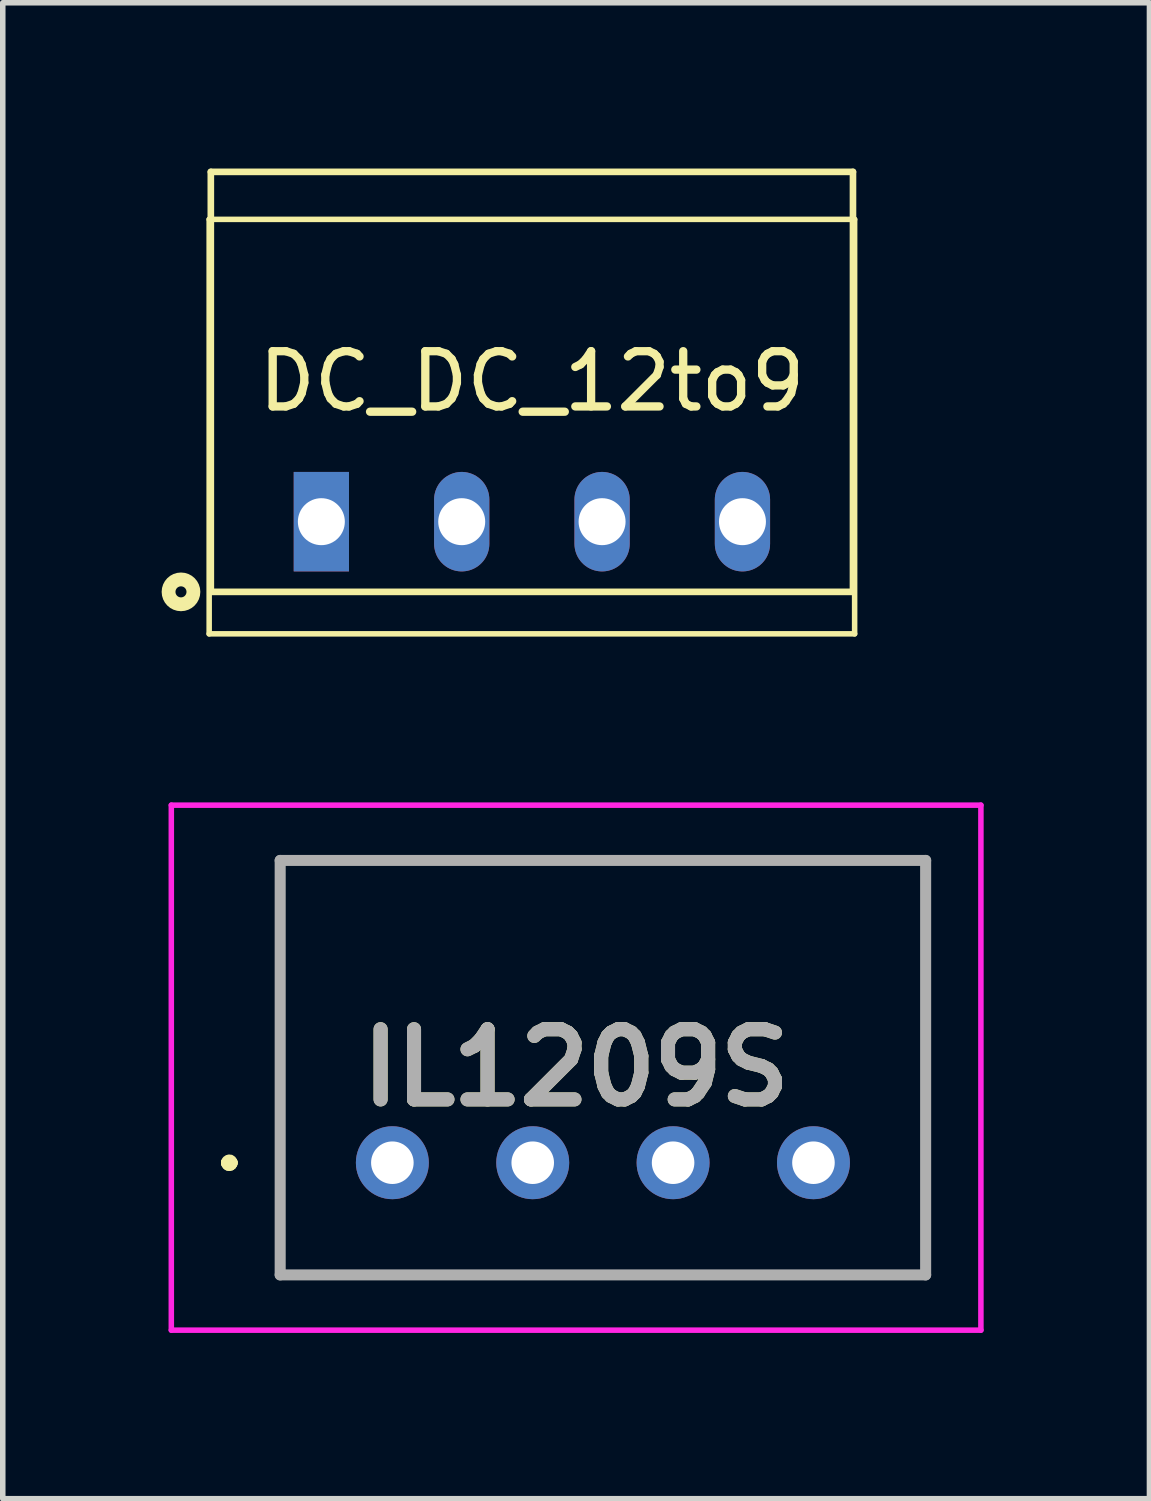
<source format=kicad_pcb>
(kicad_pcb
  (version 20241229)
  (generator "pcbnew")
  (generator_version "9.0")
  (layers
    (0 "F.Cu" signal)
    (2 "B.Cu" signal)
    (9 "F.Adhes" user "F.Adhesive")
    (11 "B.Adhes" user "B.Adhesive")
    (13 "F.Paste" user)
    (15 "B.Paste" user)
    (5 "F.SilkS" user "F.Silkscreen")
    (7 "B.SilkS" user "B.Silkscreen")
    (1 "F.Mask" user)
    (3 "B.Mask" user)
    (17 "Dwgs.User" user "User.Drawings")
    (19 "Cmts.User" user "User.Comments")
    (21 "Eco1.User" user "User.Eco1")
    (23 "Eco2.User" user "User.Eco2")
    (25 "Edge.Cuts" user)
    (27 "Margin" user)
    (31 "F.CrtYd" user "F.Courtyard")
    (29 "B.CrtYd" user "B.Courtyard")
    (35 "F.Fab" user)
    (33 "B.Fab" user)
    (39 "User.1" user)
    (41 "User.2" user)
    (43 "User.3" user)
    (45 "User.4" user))
  (footprint "IL1209S"
    (layer "F.Cu")
    (at 4.05 17.99)
    (property "Reference" "IL1209S" (at 3.325 -1.72 0) (layer "F.SilkS") (effects (font (size 1.27 1.27) (thickness 0.254))))
    (attr through_hole)
    (fp_line (start -3 0) (end -3 0) (stroke (width 0.2) (type solid)) (layer "F.SilkS"))
    (fp_line (start -3 0) (end -3 0) (stroke (width 0.2) (type solid)) (layer "F.SilkS"))
    (fp_line (start -2.9 0) (end -2.9 0) (stroke (width 0.2) (type solid)) (layer "F.SilkS"))
    (fp_line (start -2.03 -5.47) (end 9.65 -5.47) (stroke (width 0.1) (type solid)) (layer "F.SilkS"))
    (fp_line (start -2.03 2.03) (end -2.03 -5.47) (stroke (width 0.1) (type solid)) (layer "F.SilkS"))
    (fp_line (start 9.65 -5.47) (end 9.65 2.03) (stroke (width 0.1) (type solid)) (layer "F.SilkS"))
    (fp_line (start 9.65 2.03) (end -2.03 2.03) (stroke (width 0.1) (type solid)) (layer "F.SilkS"))
    (fp_arc (start -3 0) (mid -2.95 -0.05) (end -2.9 0) (stroke (width 0.2) (type solid)) (layer "F.SilkS"))
    (fp_arc (start -2.9 0) (mid -2.95 0.05) (end -3 0) (stroke (width 0.2) (type solid)) (layer "F.SilkS"))
    (fp_arc (start -2.9 0) (mid -2.95 0.05) (end -3 0) (stroke (width 0.2) (type solid)) (layer "F.SilkS"))
    (fp_line (start -4 -6.47) (end 10.65 -6.47) (stroke (width 0.1) (type solid)) (layer "F.CrtYd"))
    (fp_line (start -4 3.03) (end -4 -6.47) (stroke (width 0.1) (type solid)) (layer "F.CrtYd"))
    (fp_line (start 10.65 -6.47) (end 10.65 3.03) (stroke (width 0.1) (type solid)) (layer "F.CrtYd"))
    (fp_line (start 10.65 3.03) (end -4 3.03) (stroke (width 0.1) (type solid)) (layer "F.CrtYd"))
    (fp_line (start -2.03 -5.47) (end -2.03 2.03) (stroke (width 0.2) (type solid)) (layer "F.Fab"))
    (fp_line (start -2.03 2.03) (end 9.65 2.03) (stroke (width 0.2) (type solid)) (layer "F.Fab"))
    (fp_line (start 9.65 -5.47) (end -2.03 -5.47) (stroke (width 0.2) (type solid)) (layer "F.Fab"))
    (fp_line (start 9.65 2.03) (end 9.65 -5.47) (stroke (width 0.2) (type solid)) (layer "F.Fab"))
    (fp_text user "${REFERENCE}" (at 3.325 -1.72 0) (layer "F.Fab") (effects (font (size 1.27 1.27) (thickness 0.254))))
    (pad "1" thru_hole circle (at 0 0) (size 1.32 1.32) (drill 0.77) (layers "*.Cu" "*.Mask"))
    (pad "2" thru_hole circle (at 2.54 0) (size 1.32 1.32) (drill 0.77) (layers "*.Cu" "*.Mask"))
    (pad "3" thru_hole circle (at 5.08 0) (size 1.32 1.32) (drill 0.77) (layers "*.Cu" "*.Mask"))
    (pad "4" thru_hole circle (at 7.62 0) (size 1.32 1.32) (drill 0.77) (layers "*.Cu" "*.Mask")))
  (footprint "DC_DC_12to9"
    (layer "F.Cu")
    (at 2.765 6.39)
    (property "Reference" "DC_DC_12to9" (at 3.81 -2.54 0) (layer "F.SilkS") (effects (font (size 1 1) (thickness 0.15))))
    (attr through_hole)
    (fp_line (start -2.03 -5.47) (end 9.65 -5.47) (stroke (width 0.1) (type solid)) (layer "F.SilkS"))
    (fp_line (start -2.03 2.03) (end -2.03 -5.47) (stroke (width 0.1) (type solid)) (layer "F.SilkS"))
    (fp_line (start -2 -6.33) (end 9.62 -6.33) (stroke (width 0.12) (type solid)) (layer "F.SilkS"))
    (fp_line (start -2 1.27) (end -2 -6.33) (stroke (width 0.12) (type solid)) (layer "F.SilkS"))
    (fp_line (start -2 1.27) (end 9.62 1.27) (stroke (width 0.12) (type solid)) (layer "F.SilkS"))
    (fp_line (start 9.62 1.27) (end 9.62 -6.33) (stroke (width 0.12) (type solid)) (layer "F.SilkS"))
    (fp_line (start 9.65 -5.47) (end 9.65 2.03) (stroke (width 0.1) (type solid)) (layer "F.SilkS"))
    (fp_line (start 9.65 2.03) (end -2.03 2.03) (stroke (width 0.1) (type solid)) (layer "F.SilkS"))
    (fp_circle (center -2.54 1.27) (end -2.44 1.27) (stroke (width 0.25) (type solid)) (fill no) (layer "F.SilkS"))
    (pad "1" thru_hole rect (at 0 0) (size 1 1.8) (drill 0.85) (layers "*.Cu" "*.Mask"))
    (pad "2" thru_hole oval (at 2.54 0) (size 1 1.8) (drill 0.85) (layers "*.Cu" "*.Mask"))
    (pad "3" thru_hole oval (at 5.08 0) (size 1 1.8) (drill 0.85) (layers "*.Cu" "*.Mask"))
    (pad "4" thru_hole oval (at 7.62 0) (size 1 1.8) (drill 0.85) (layers "*.Cu" "*.Mask")))
  (gr_rect
    (start -3 -3)
    (end 17.75 24.07)
    (stroke (width 0.1) (type default))
    (fill no)
    (layer "Edge.Cuts")))
</source>
